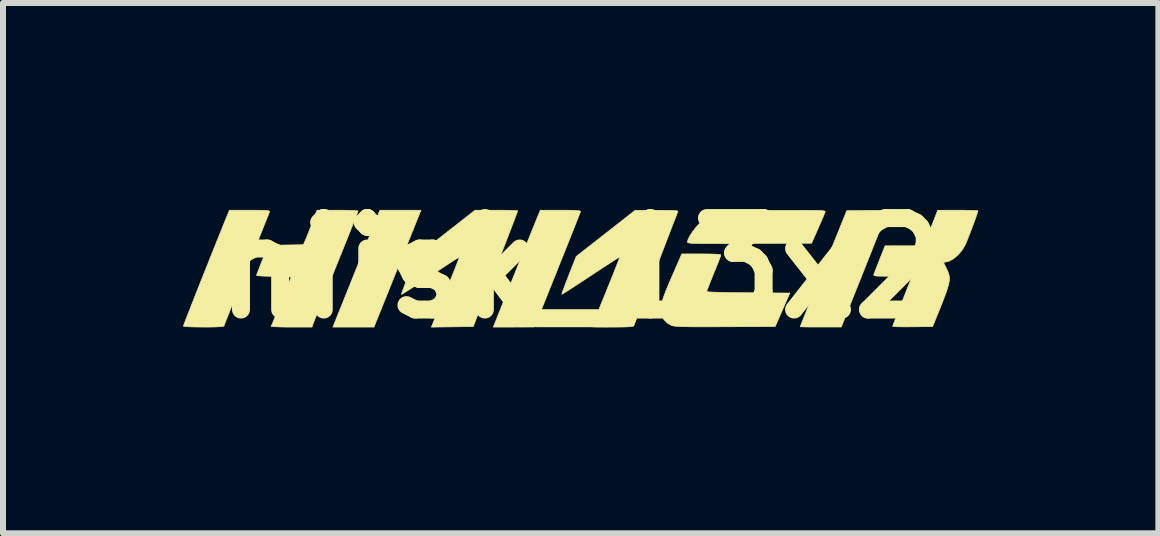
<source format=kicad_pcb>
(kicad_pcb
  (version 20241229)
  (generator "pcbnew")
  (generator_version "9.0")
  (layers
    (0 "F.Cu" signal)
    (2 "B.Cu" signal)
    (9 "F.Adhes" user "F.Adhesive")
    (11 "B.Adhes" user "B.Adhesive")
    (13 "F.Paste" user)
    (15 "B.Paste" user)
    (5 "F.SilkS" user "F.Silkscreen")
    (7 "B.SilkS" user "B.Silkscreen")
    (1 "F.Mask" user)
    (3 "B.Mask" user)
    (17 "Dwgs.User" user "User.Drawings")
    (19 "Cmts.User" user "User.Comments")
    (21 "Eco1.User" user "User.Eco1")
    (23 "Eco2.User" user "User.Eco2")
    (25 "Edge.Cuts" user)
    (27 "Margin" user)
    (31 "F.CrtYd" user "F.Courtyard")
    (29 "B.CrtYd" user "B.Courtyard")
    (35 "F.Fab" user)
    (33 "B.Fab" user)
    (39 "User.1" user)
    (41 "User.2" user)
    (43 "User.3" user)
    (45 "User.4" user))
  (footprint "niisk_13x2"
    (layer "F.Cu")
    (at 6.626 1.418)
    (property "Reference" "niisk_13x2" (at 0 0 0) (layer "F.SilkS") (effects (font (size 1.524 1.524) (thickness 0.3))))
    (attr through_hole)
    (fp_poly (pts (xy -3.052 0.008) (xy -3.444 0.982) (xy -4.129 0.982) (xy -3.738 0.008) (xy -3.346 -0.965) (xy -2.661 -0.965) (xy -3.052 0.008)) (stroke (width 0.01) (type solid)) (fill yes) (layer "F.SilkS"))
    (fp_poly (pts (xy 5.038 -0.962) (xy 5.077 -0.96) (xy 5.099 -0.955) (xy 5.108 -0.949) (xy 5.108 -0.939) (xy 5.107 -0.936) (xy 5.099 -0.915) (xy 5.079 -0.866) (xy 5.049 -0.791) (xy 5.01 -0.692) (xy 4.963 -0.574) (xy 4.909 -0.439) (xy 4.85 -0.289) (xy 4.785 -0.127) (xy 4.72 0.037) (xy 4.343 0.981) (xy 4.001 0.981) (xy 3.897 0.981) (xy 3.806 0.981) (xy 3.732 0.98) (xy 3.682 0.978) (xy 3.658 0.977) (xy 3.658 0.976) (xy 3.664 0.96) (xy 3.681 0.915) (xy 3.71 0.844) (xy 3.747 0.75) (xy 3.793 0.635) (xy 3.846 0.502) (xy 3.906 0.354) (xy 3.97 0.194) (xy 4.038 0.024) (xy 4.045 0.007) (xy 4.433 -0.957) (xy 4.775 -0.961) (xy 4.891 -0.963) (xy 4.977 -0.963) (xy 5.038 -0.962)) (stroke (width 0.01) (type solid)) (fill yes) (layer "F.SilkS"))
    (fp_poly (pts (xy -0.218 -0.965) (xy -0.131 -0.964) (xy -0.069 -0.961) (xy -0.03 -0.957) (xy -0.009 -0.952) (xy -0.003 -0.944) (xy -0.003 -0.942) (xy -0.01 -0.922) (xy -0.029 -0.874) (xy -0.058 -0.8) (xy -0.096 -0.703) (xy -0.143 -0.586) (xy -0.196 -0.451) (xy -0.256 -0.301) (xy -0.321 -0.14) (xy -0.389 0.03) (xy -0.389 0.032) (xy -0.77 0.981) (xy -1.113 0.982) (xy -1.456 0.982) (xy -1.424 0.902) (xy -1.402 0.847) (xy -1.371 0.768) (xy -1.331 0.668) (xy -1.284 0.551) (xy -1.231 0.42) (xy -1.175 0.279) (xy -1.116 0.132) (xy -1.056 -0.017) (xy -0.997 -0.165) (xy -0.939 -0.309) (xy -0.884 -0.445) (xy -0.835 -0.568) (xy -0.791 -0.676) (xy -0.755 -0.765) (xy -0.729 -0.83) (xy -0.713 -0.87) (xy -0.71 -0.876) (xy -0.673 -0.965) (xy -0.335 -0.965) (xy -0.218 -0.965)) (stroke (width 0.01) (type solid)) (fill yes) (layer "F.SilkS"))
    (fp_poly (pts (xy 3.804 -0.963) (xy 3.891 -0.963) (xy 3.958 -0.961) (xy 4.006 -0.959) (xy 4.04 -0.956) (xy 4.06 -0.953) (xy 4.071 -0.948) (xy 4.075 -0.942) (xy 4.074 -0.936) (xy 4.064 -0.911) (xy 4.043 -0.86) (xy 4.013 -0.791) (xy 3.978 -0.71) (xy 3.956 -0.66) (xy 3.848 -0.415) (xy 2.813 -0.411) (xy 2.6 -0.41) (xy 2.418 -0.409) (xy 2.265 -0.409) (xy 2.139 -0.409) (xy 2.036 -0.409) (xy 1.955 -0.411) (xy 1.893 -0.412) (xy 1.847 -0.414) (xy 1.815 -0.417) (xy 1.795 -0.421) (xy 1.784 -0.426) (xy 1.779 -0.431) (xy 1.778 -0.436) (xy 1.789 -0.478) (xy 1.819 -0.537) (xy 1.863 -0.605) (xy 1.916 -0.674) (xy 1.972 -0.737) (xy 1.98 -0.745) (xy 2.052 -0.806) (xy 2.136 -0.865) (xy 2.193 -0.897) (xy 2.311 -0.957) (xy 3.197 -0.962) (xy 3.393 -0.963) (xy 3.558 -0.963) (xy 3.694 -0.964) (xy 3.804 -0.963)) (stroke (width 0.01) (type solid)) (fill yes) (layer "F.SilkS"))
    (fp_poly (pts (xy 2.125 -0.236) (xy 2.218 -0.234) (xy 2.287 -0.23) (xy 2.327 -0.225) (xy 2.337 -0.221) (xy 2.331 -0.201) (xy 2.314 -0.154) (xy 2.288 -0.087) (xy 2.255 -0.005) (xy 2.218 0.085) (xy 2.181 0.177) (xy 2.148 0.259) (xy 2.122 0.326) (xy 2.105 0.371) (xy 2.1 0.39) (xy 2.116 0.394) (xy 2.165 0.398) (xy 2.243 0.401) (xy 2.348 0.404) (xy 2.479 0.407) (xy 2.634 0.409) (xy 2.793 0.41) (xy 3.486 0.415) (xy 3.241 0.974) (xy 2.412 0.977) (xy 2.215 0.978) (xy 2.05 0.978) (xy 1.913 0.978) (xy 1.801 0.977) (xy 1.712 0.975) (xy 1.643 0.973) (xy 1.591 0.969) (xy 1.553 0.965) (xy 1.526 0.96) (xy 1.516 0.957) (xy 1.445 0.917) (xy 1.386 0.857) (xy 1.35 0.787) (xy 1.344 0.766) (xy 1.337 0.716) (xy 1.337 0.665) (xy 1.344 0.609) (xy 1.36 0.544) (xy 1.387 0.464) (xy 1.424 0.366) (xy 1.475 0.245) (xy 1.517 0.148) (xy 1.685 -0.237) (xy 2.011 -0.237) (xy 2.125 -0.236)) (stroke (width 0.01) (type solid)) (fill yes) (layer "F.SilkS"))
    (fp_poly (pts (xy -5.401 -0.965) (xy -5.315 -0.964) (xy -5.255 -0.962) (xy -5.217 -0.959) (xy -5.195 -0.954) (xy -5.186 -0.947) (xy -5.186 -0.938) (xy -5.186 -0.936) (xy -5.194 -0.915) (xy -5.213 -0.866) (xy -5.243 -0.791) (xy -5.282 -0.693) (xy -5.329 -0.575) (xy -5.383 -0.44) (xy -5.443 -0.291) (xy -5.508 -0.13) (xy -5.569 0.021) (xy -5.637 0.189) (xy -5.701 0.348) (xy -5.759 0.495) (xy -5.812 0.626) (xy -5.857 0.741) (xy -5.894 0.834) (xy -5.922 0.905) (xy -5.938 0.95) (xy -5.944 0.965) (xy -5.96 0.971) (xy -6.009 0.976) (xy -6.087 0.98) (xy -6.193 0.982) (xy -6.282 0.982) (xy -6.398 0.981) (xy -6.494 0.979) (xy -6.565 0.976) (xy -6.608 0.971) (xy -6.621 0.966) (xy -6.615 0.948) (xy -6.597 0.901) (xy -6.57 0.829) (xy -6.533 0.736) (xy -6.489 0.623) (xy -6.438 0.494) (xy -6.383 0.353) (xy -6.323 0.202) (xy -6.26 0.045) (xy -6.196 -0.116) (xy -6.132 -0.277) (xy -6.069 -0.435) (xy -6.007 -0.587) (xy -5.95 -0.73) (xy -5.949 -0.732) (xy -5.854 -0.965) (xy -5.516 -0.965) (xy -5.401 -0.965)) (stroke (width 0.01) (type solid)) (fill yes) (layer "F.SilkS"))
    (fp_poly (pts (xy -1.3 -0.965) (xy -1.207 -0.964) (xy -1.131 -0.962) (xy -1.078 -0.96) (xy -1.052 -0.957) (xy -1.05 -0.956) (xy -1.052 -0.947) (xy -1.06 -0.924) (xy -1.075 -0.885) (xy -1.096 -0.828) (xy -1.125 -0.751) (xy -1.163 -0.652) (xy -1.211 -0.528) (xy -1.269 -0.378) (xy -1.338 -0.199) (xy -1.372 -0.11) (xy -1.425 0.026) (xy -1.483 0.176) (xy -1.543 0.331) (xy -1.6 0.479) (xy -1.649 0.608) (xy -1.657 0.627) (xy -1.79 0.974) (xy -2.489 0.983) (xy -2.473 0.944) (xy -2.463 0.92) (xy -2.442 0.868) (xy -2.412 0.793) (xy -2.373 0.698) (xy -2.328 0.587) (xy -2.278 0.465) (xy -2.238 0.364) (xy -2.186 0.237) (xy -2.139 0.12) (xy -2.098 0.018) (xy -2.065 -0.068) (xy -2.04 -0.132) (xy -2.026 -0.172) (xy -2.023 -0.183) (xy -2.038 -0.175) (xy -2.078 -0.151) (xy -2.139 -0.112) (xy -2.218 -0.06) (xy -2.313 0.002) (xy -2.419 0.072) (xy -2.505 0.128) (xy -2.618 0.203) (xy -2.721 0.271) (xy -2.813 0.331) (xy -2.888 0.379) (xy -2.944 0.414) (xy -2.979 0.435) (xy -2.987 0.439) (xy -2.983 0.422) (xy -2.968 0.378) (xy -2.944 0.313) (xy -2.913 0.23) (xy -2.876 0.136) (xy -2.868 0.117) (xy -2.742 -0.198) (xy -2.251 -0.582) (xy -1.761 -0.965) (xy -1.405 -0.965) (xy -1.3 -0.965)) (stroke (width 0.01) (type solid)) (fill yes) (layer "F.SilkS"))
    (fp_poly (pts (xy -3.948 -0.965) (xy -3.857 -0.963) (xy -3.783 -0.96) (xy -3.732 -0.957) (xy -3.709 -0.953) (xy -3.708 -0.952) (xy -3.715 -0.934) (xy -3.732 -0.888) (xy -3.761 -0.816) (xy -3.798 -0.721) (xy -3.844 -0.606) (xy -3.897 -0.473) (xy -3.956 -0.326) (xy -4.02 -0.168) (xy -4.074 -0.033) (xy -4.142 0.134) (xy -4.206 0.293) (xy -4.265 0.442) (xy -4.319 0.576) (xy -4.366 0.692) (xy -4.404 0.789) (xy -4.433 0.863) (xy -4.452 0.91) (xy -4.458 0.927) (xy -4.476 0.982) (xy -4.821 0.982) (xy -4.925 0.982) (xy -5.015 0.98) (xy -5.087 0.977) (xy -5.137 0.974) (xy -5.158 0.97) (xy -5.159 0.969) (xy -5.148 0.947) (xy -5.128 0.9) (xy -5.1 0.832) (xy -5.065 0.749) (xy -5.027 0.656) (xy -4.987 0.558) (xy -4.947 0.46) (xy -4.91 0.367) (xy -4.877 0.285) (xy -4.85 0.218) (xy -4.833 0.172) (xy -4.826 0.152) (xy -4.826 0.152) (xy -4.842 0.146) (xy -4.889 0.141) (xy -4.964 0.137) (xy -5.062 0.136) (xy -5.114 0.135) (xy -5.208 0.135) (xy -5.29 0.133) (xy -5.353 0.129) (xy -5.392 0.126) (xy -5.402 0.122) (xy -5.396 0.102) (xy -5.379 0.057) (xy -5.354 -0.008) (xy -5.323 -0.088) (xy -5.303 -0.136) (xy -5.205 -0.381) (xy -4.621 -0.39) (xy -4.582 -0.479) (xy -4.561 -0.53) (xy -4.532 -0.604) (xy -4.499 -0.688) (xy -4.469 -0.766) (xy -4.394 -0.965) (xy -4.051 -0.965) (xy -3.948 -0.965)) (stroke (width 0.01) (type solid)) (fill yes) (layer "F.SilkS"))
    (fp_poly (pts (xy 1.392 -0.964) (xy 1.485 -0.963) (xy 1.552 -0.961) (xy 1.594 -0.957) (xy 1.616 -0.952) (xy 1.621 -0.944) (xy 1.621 -0.944) (xy 1.613 -0.925) (xy 1.595 -0.877) (xy 1.566 -0.803) (xy 1.528 -0.706) (xy 1.483 -0.589) (xy 1.431 -0.454) (xy 1.374 -0.305) (xy 1.312 -0.144) (xy 1.253 0.008) (xy 1.188 0.178) (xy 1.126 0.337) (xy 1.069 0.485) (xy 1.018 0.618) (xy 0.973 0.734) (xy 0.937 0.828) (xy 0.909 0.9) (xy 0.892 0.945) (xy 0.885 0.961) (xy 0.874 0.969) (xy 0.843 0.974) (xy 0.79 0.978) (xy 0.711 0.981) (xy 0.603 0.982) (xy 0.532 0.982) (xy 0.428 0.982) (xy 0.336 0.981) (xy 0.262 0.981) (xy 0.211 0.979) (xy 0.187 0.978) (xy 0.186 0.978) (xy 0.193 0.962) (xy 0.21 0.918) (xy 0.238 0.85) (xy 0.274 0.76) (xy 0.317 0.654) (xy 0.366 0.533) (xy 0.419 0.403) (xy 0.421 0.398) (xy 0.474 0.267) (xy 0.523 0.146) (xy 0.566 0.038) (xy 0.601 -0.052) (xy 0.628 -0.121) (xy 0.645 -0.166) (xy 0.65 -0.184) (xy 0.65 -0.184) (xy 0.635 -0.177) (xy 0.596 -0.153) (xy 0.534 -0.114) (xy 0.455 -0.062) (xy 0.36 -0.001) (xy 0.254 0.069) (xy 0.168 0.126) (xy 0.055 0.2) (xy -0.049 0.268) (xy -0.14 0.328) (xy -0.215 0.376) (xy -0.272 0.412) (xy -0.306 0.432) (xy -0.315 0.436) (xy -0.311 0.419) (xy -0.296 0.376) (xy -0.272 0.311) (xy -0.241 0.229) (xy -0.204 0.134) (xy -0.198 0.118) (xy -0.075 -0.195) (xy 0.906 -0.963) (xy 1.268 -0.964) (xy 1.392 -0.964)) (stroke (width 0.01) (type solid)) (fill yes) (layer "F.SilkS"))
    (fp_poly (pts (xy 6.387 -0.965) (xy 6.477 -0.963) (xy 6.549 -0.961) (xy 6.599 -0.959) (xy 6.62 -0.956) (xy 6.621 -0.955) (xy 6.615 -0.933) (xy 6.599 -0.885) (xy 6.576 -0.819) (xy 6.547 -0.74) (xy 6.515 -0.656) (xy 6.483 -0.572) (xy 6.453 -0.495) (xy 6.428 -0.432) (xy 6.409 -0.388) (xy 6.405 -0.381) (xy 6.354 -0.297) (xy 6.289 -0.221) (xy 6.218 -0.16) (xy 6.147 -0.118) (xy 6.082 -0.102) (xy 6.078 -0.102) (xy 6.053 -0.097) (xy 6.049 -0.089) (xy 6.091 -0.004) (xy 6.12 0.059) (xy 6.136 0.108) (xy 6.144 0.149) (xy 6.144 0.191) (xy 6.142 0.218) (xy 6.129 0.281) (xy 6.101 0.373) (xy 6.057 0.495) (xy 5.999 0.643) (xy 5.865 0.974) (xy 5.532 0.978) (xy 5.43 0.979) (xy 5.34 0.978) (xy 5.269 0.977) (xy 5.22 0.974) (xy 5.199 0.97) (xy 5.199 0.969) (xy 5.204 0.951) (xy 5.221 0.907) (xy 5.246 0.84) (xy 5.279 0.756) (xy 5.316 0.66) (xy 5.357 0.555) (xy 5.399 0.448) (xy 5.441 0.342) (xy 5.481 0.243) (xy 5.515 0.157) (xy 5.511 0.149) (xy 5.489 0.143) (xy 5.447 0.139) (xy 5.38 0.137) (xy 5.284 0.136) (xy 5.199 0.135) (xy 5.086 0.135) (xy 5.003 0.134) (xy 4.946 0.133) (xy 4.909 0.129) (xy 4.89 0.124) (xy 4.883 0.117) (xy 4.884 0.106) (xy 4.884 0.106) (xy 4.894 0.08) (xy 4.914 0.029) (xy 4.941 -0.04) (xy 4.973 -0.121) (xy 4.983 -0.148) (xy 5.072 -0.372) (xy 5.719 -0.373) (xy 5.834 -0.669) (xy 5.949 -0.965) (xy 6.285 -0.965) (xy 6.387 -0.965)) (stroke (width 0.01) (type solid)) (fill yes) (layer "F.SilkS")))
  (gr_rect
    (start -3 -3)
    (end 16.252 5.836)
    (stroke (width 0.1) (type default))
    (fill no)
    (layer "Edge.Cuts")))
</source>
